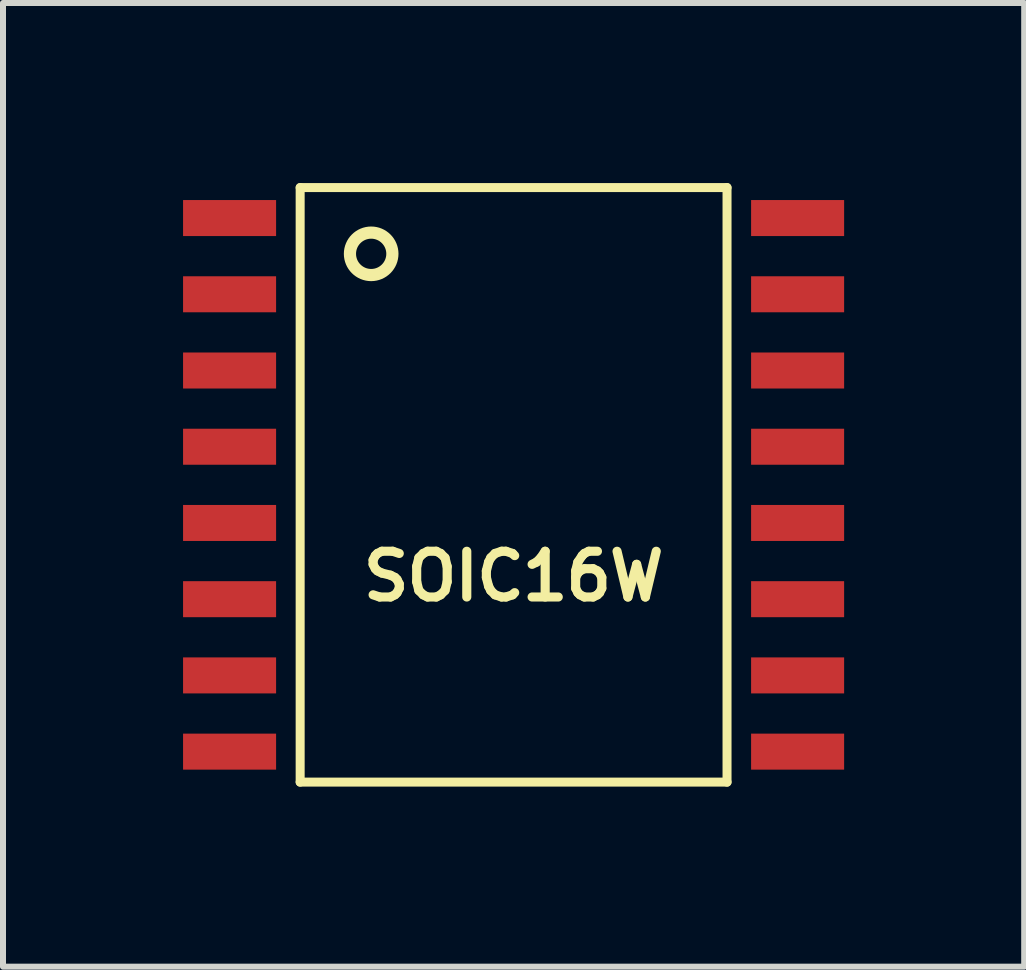
<source format=kicad_pcb>
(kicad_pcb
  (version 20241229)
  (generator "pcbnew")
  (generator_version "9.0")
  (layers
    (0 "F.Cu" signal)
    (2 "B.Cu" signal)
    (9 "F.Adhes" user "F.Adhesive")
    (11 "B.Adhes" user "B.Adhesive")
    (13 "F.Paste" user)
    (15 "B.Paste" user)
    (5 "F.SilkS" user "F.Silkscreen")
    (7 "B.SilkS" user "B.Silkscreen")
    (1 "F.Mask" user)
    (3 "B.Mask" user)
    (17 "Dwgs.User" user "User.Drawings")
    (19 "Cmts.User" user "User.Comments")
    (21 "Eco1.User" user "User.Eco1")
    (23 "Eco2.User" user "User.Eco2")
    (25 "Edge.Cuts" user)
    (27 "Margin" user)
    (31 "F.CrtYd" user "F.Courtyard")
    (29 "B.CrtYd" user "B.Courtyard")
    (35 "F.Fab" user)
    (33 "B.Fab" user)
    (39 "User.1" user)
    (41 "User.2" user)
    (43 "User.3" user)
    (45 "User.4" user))
  (footprint "SOIC16W"
    (layer "F.Cu")
    (at 5.507 5.028)
    (property "Reference" "SOIC16W" (at 0 1.524 0) (layer "F.SilkS") (effects (font (size 0.762 0.762) (thickness 0.152))))
    (attr smd)
    (fp_line (start -3.556 -4.953) (end -3.556 4.953) (stroke (width 0.15) (type solid)) (layer "F.SilkS"))
    (fp_line (start -3.556 -4.953) (end 3.556 -4.953) (stroke (width 0.15) (type solid)) (layer "F.SilkS"))
    (fp_line (start 3.556 -4.953) (end 3.556 4.953) (stroke (width 0.15) (type solid)) (layer "F.SilkS"))
    (fp_line (start 3.556 4.953) (end -3.556 4.953) (stroke (width 0.15) (type solid)) (layer "F.SilkS"))
    (fp_circle (center -2.373 -3.849) (end -2.123 -3.599) (stroke (width 0.203) (type solid)) (fill no) (layer "F.SilkS"))
    (pad "1" smd rect (at -4.732 -4.445) (size 1.55 0.6) (layers "F.Cu" "F.Mask" "F.Paste"))
    (pad "2" smd rect (at -4.732 -3.175) (size 1.55 0.6) (layers "F.Cu" "F.Mask" "F.Paste"))
    (pad "3" smd rect (at -4.732 -1.905) (size 1.55 0.6) (layers "F.Cu" "F.Mask" "F.Paste"))
    (pad "4" smd rect (at -4.732 -0.635) (size 1.55 0.6) (layers "F.Cu" "F.Mask" "F.Paste"))
    (pad "5" smd rect (at -4.732 0.635) (size 1.55 0.6) (layers "F.Cu" "F.Mask" "F.Paste"))
    (pad "6" smd rect (at -4.732 1.905) (size 1.55 0.6) (layers "F.Cu" "F.Mask" "F.Paste"))
    (pad "7" smd rect (at -4.732 3.175) (size 1.55 0.6) (layers "F.Cu" "F.Mask" "F.Paste"))
    (pad "8" smd rect (at -4.732 4.445) (size 1.55 0.6) (layers "F.Cu" "F.Mask" "F.Paste"))
    (pad "9" smd rect (at 4.732 4.445) (size 1.55 0.6) (layers "F.Cu" "F.Mask" "F.Paste"))
    (pad "10" smd rect (at 4.732 3.175) (size 1.55 0.6) (layers "F.Cu" "F.Mask" "F.Paste"))
    (pad "11" smd rect (at 4.732 1.905) (size 1.55 0.6) (layers "F.Cu" "F.Mask" "F.Paste"))
    (pad "12" smd rect (at 4.732 0.635) (size 1.55 0.6) (layers "F.Cu" "F.Mask" "F.Paste"))
    (pad "13" smd rect (at 4.732 -0.635) (size 1.55 0.6) (layers "F.Cu" "F.Mask" "F.Paste"))
    (pad "14" smd rect (at 4.732 -1.905) (size 1.55 0.6) (layers "F.Cu" "F.Mask" "F.Paste"))
    (pad "15" smd rect (at 4.732 -3.175) (size 1.55 0.6) (layers "F.Cu" "F.Mask" "F.Paste"))
    (pad "16" smd rect (at 4.732 -4.445) (size 1.55 0.6) (layers "F.Cu" "F.Mask" "F.Paste")))
  (gr_rect
    (start -3 -3)
    (end 14.014 13.056)
    (stroke (width 0.1) (type default))
    (fill no)
    (layer "Edge.Cuts")))
</source>
